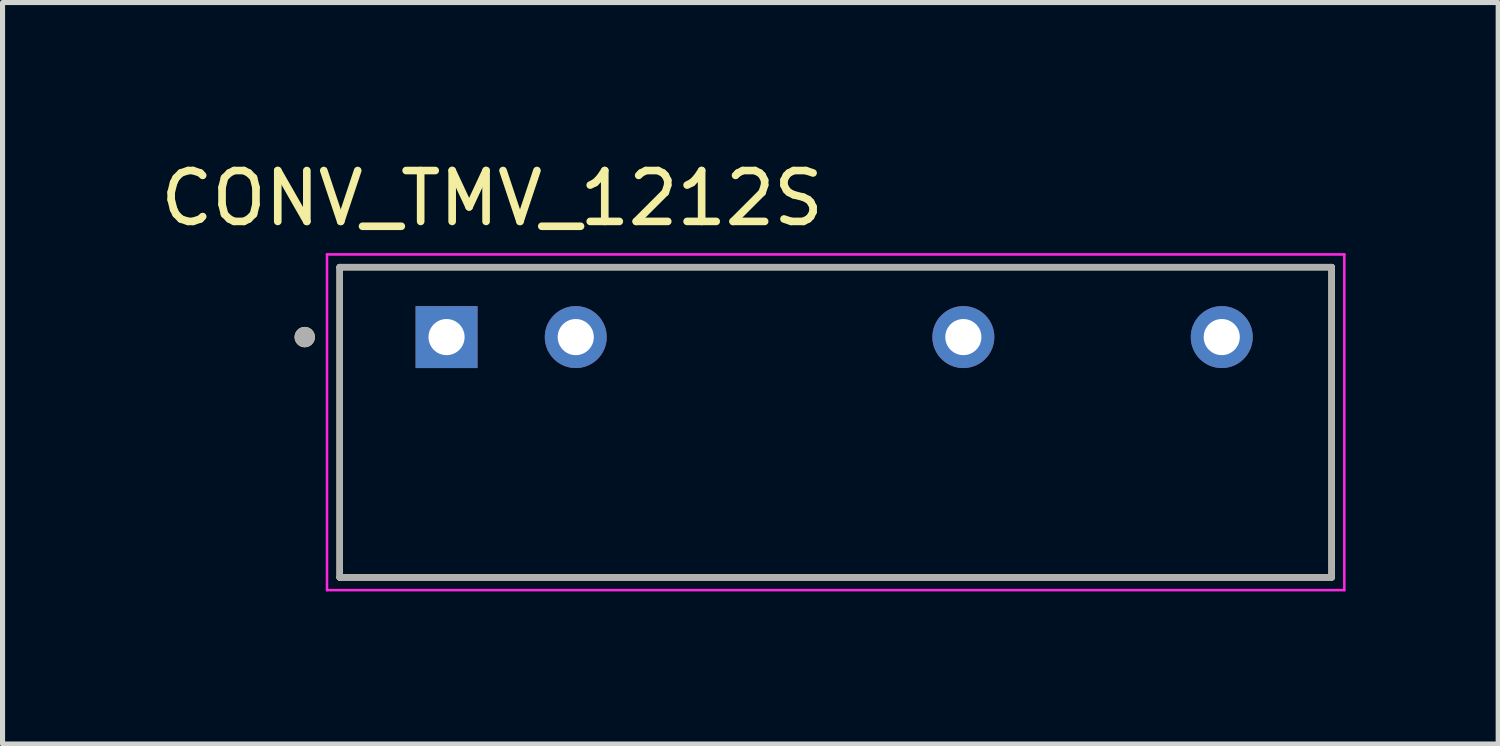
<source format=kicad_pcb>
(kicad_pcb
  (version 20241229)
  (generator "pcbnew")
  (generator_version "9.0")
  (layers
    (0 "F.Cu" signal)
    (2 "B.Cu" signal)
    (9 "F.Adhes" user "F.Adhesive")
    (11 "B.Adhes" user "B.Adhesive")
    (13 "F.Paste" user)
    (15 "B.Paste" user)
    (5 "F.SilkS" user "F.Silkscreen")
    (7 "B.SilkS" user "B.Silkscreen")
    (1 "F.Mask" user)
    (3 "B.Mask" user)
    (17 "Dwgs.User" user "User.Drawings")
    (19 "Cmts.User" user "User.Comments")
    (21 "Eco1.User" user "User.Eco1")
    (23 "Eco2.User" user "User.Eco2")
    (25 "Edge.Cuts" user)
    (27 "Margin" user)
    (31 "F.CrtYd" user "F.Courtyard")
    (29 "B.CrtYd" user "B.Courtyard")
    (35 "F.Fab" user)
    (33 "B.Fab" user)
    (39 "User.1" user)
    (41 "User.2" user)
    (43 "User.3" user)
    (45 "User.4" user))
  (footprint "CONV_TMV_1212S"
    (layer "F.Cu")
    (at 13.379 5.252)
    (property "Reference" "CONV_TMV_1212S" (at -6.754 -4.404 0) (layer "F.SilkS") (effects (font (size 1 1) (thickness 0.15))))
    (attr through_hole)
    (fp_line (start -9.75 3.05) (end -9.75 -3.05) (stroke (width 0.127) (type solid)) (layer "F.SilkS"))
    (fp_line (start 9.75 -3.05) (end -9.75 -3.05) (stroke (width 0.127) (type solid)) (layer "F.SilkS"))
    (fp_line (start 9.75 3.05) (end -9.75 3.05) (stroke (width 0.127) (type solid)) (layer "F.SilkS"))
    (fp_line (start 9.75 3.05) (end 9.75 -3.05) (stroke (width 0.127) (type solid)) (layer "F.SilkS"))
    (fp_circle (center -10.438 -1.675) (end -10.338 -1.675) (stroke (width 0.2) (type solid)) (fill no) (layer "F.SilkS"))
    (fp_line (start -10 3.3) (end -10 -3.3) (stroke (width 0.05) (type solid)) (layer "F.CrtYd"))
    (fp_line (start 10 -3.3) (end -10 -3.3) (stroke (width 0.05) (type solid)) (layer "F.CrtYd"))
    (fp_line (start 10 3.3) (end -10 3.3) (stroke (width 0.05) (type solid)) (layer "F.CrtYd"))
    (fp_line (start 10 3.3) (end 10 -3.3) (stroke (width 0.05) (type solid)) (layer "F.CrtYd"))
    (fp_line (start -9.75 3.05) (end -9.75 -3.05) (stroke (width 0.127) (type solid)) (layer "F.Fab"))
    (fp_line (start 9.75 -3.05) (end -9.75 -3.05) (stroke (width 0.127) (type solid)) (layer "F.Fab"))
    (fp_line (start 9.75 3.05) (end -9.75 3.05) (stroke (width 0.127) (type solid)) (layer "F.Fab"))
    (fp_line (start 9.75 3.05) (end 9.75 -3.05) (stroke (width 0.127) (type solid)) (layer "F.Fab"))
    (fp_circle (center -10.438 -1.675) (end -10.338 -1.675) (stroke (width 0.2) (type solid)) (fill no) (layer "F.Fab"))
    (pad "1" thru_hole rect (at -7.65 -1.675) (size 1.218 1.218) (drill 0.71) (layers "*.Cu" "*.Mask"))
    (pad "2" thru_hole circle (at -5.11 -1.675) (size 1.218 1.218) (drill 0.71) (layers "*.Cu" "*.Mask"))
    (pad "5" thru_hole circle (at 2.51 -1.675) (size 1.218 1.218) (drill 0.71) (layers "*.Cu" "*.Mask"))
    (pad "7" thru_hole circle (at 7.59 -1.675) (size 1.218 1.218) (drill 0.71) (layers "*.Cu" "*.Mask")))
  (gr_rect
    (start -3 -3)
    (end 26.404 11.577)
    (stroke (width 0.1) (type default))
    (fill no)
    (layer "Edge.Cuts")))
</source>
